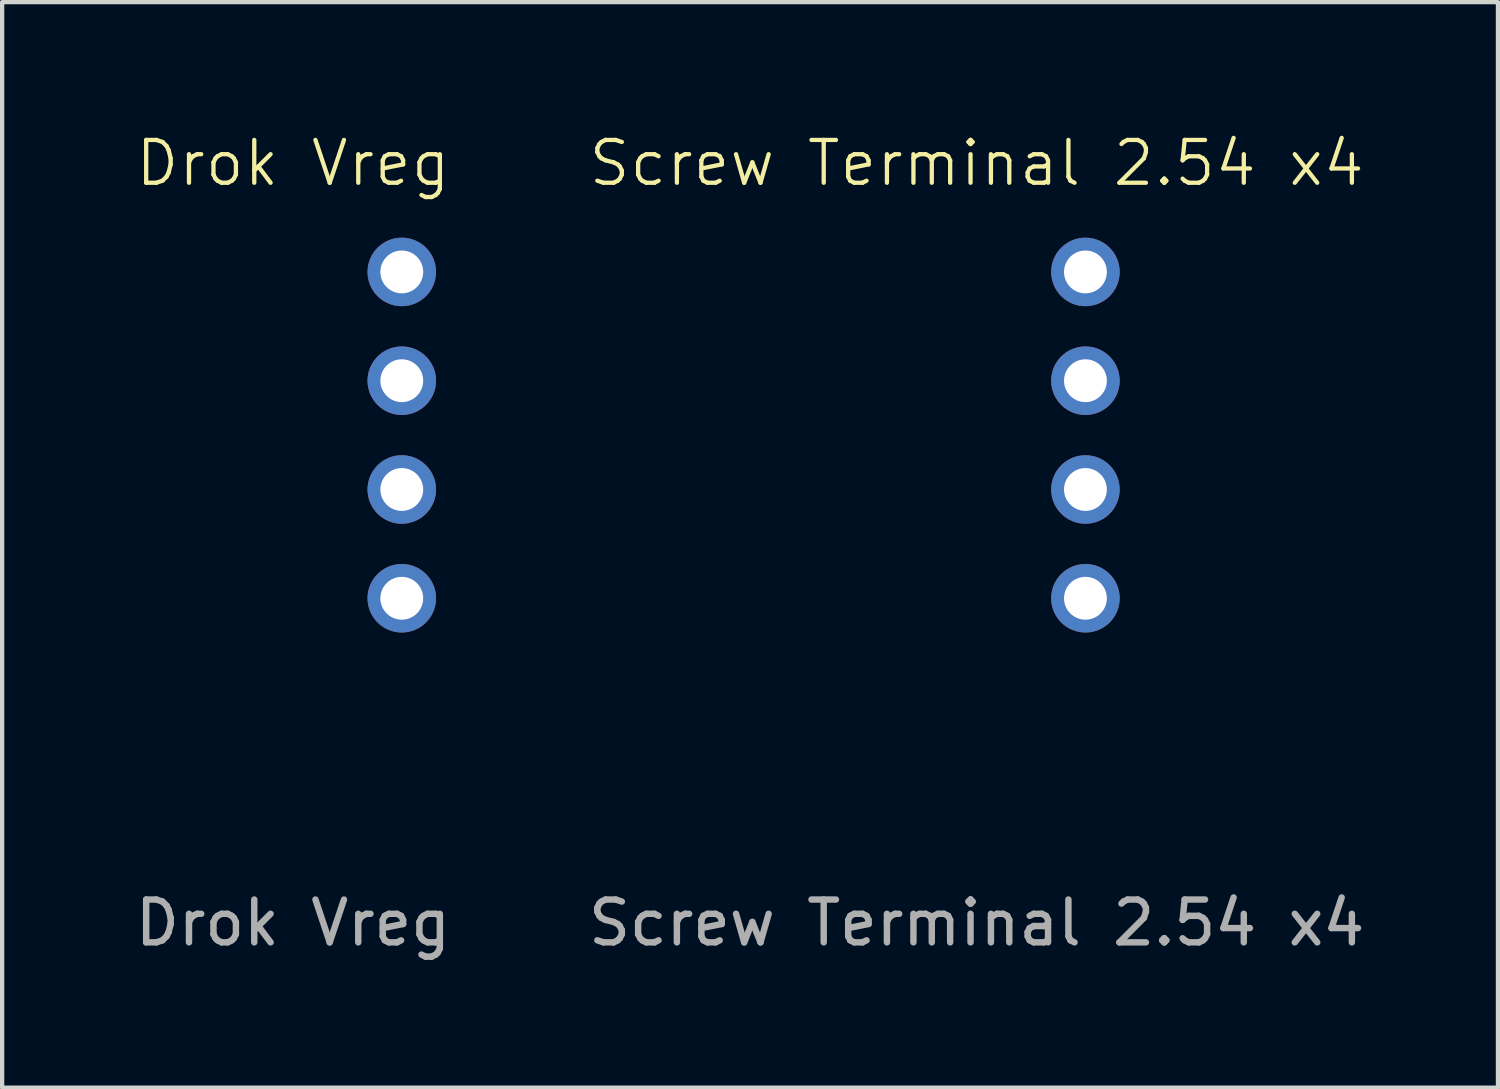
<source format=kicad_pcb>
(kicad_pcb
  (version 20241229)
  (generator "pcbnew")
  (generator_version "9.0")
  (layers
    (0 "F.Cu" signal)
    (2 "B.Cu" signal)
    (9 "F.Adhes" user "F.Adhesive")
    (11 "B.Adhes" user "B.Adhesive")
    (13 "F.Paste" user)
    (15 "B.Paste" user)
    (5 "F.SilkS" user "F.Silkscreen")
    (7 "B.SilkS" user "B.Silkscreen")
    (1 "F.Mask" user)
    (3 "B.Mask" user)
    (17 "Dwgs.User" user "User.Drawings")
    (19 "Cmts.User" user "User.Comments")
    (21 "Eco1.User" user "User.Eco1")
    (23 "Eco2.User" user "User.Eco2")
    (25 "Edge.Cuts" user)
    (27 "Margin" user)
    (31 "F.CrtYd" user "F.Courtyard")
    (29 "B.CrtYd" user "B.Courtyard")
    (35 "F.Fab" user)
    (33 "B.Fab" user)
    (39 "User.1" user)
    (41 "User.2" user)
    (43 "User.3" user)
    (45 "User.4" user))
  (footprint "Drok Vreg"
    (layer "F.Cu")
    (at 3.792 16)
    (property "Reference" "Drok Vreg" (at 0 -15.24 0) (unlocked yes) (layer "F.SilkS") (effects (font (size 1 1) (thickness 0.1))))
    (attr through_hole)
    (fp_text user "${REFERENCE}" (at 0 2.5 0) (unlocked yes) (layer "F.Fab") (effects (font (size 1 1) (thickness 0.15))))
    (pad "1" thru_hole circle (at 2.54 -12.7 270) (size 1.6 1.6) (drill 1) (layers "*.Cu" "*.Mask"))
    (pad "2" thru_hole circle (at 2.54 -10.16 270) (size 1.6 1.6) (drill 1) (layers "*.Cu" "*.Mask"))
    (pad "3" thru_hole circle (at 2.54 -7.62 270) (size 1.6 1.6) (drill 1) (layers "*.Cu" "*.Mask"))
    (pad "4" thru_hole circle (at 2.54 -5.08 270) (size 1.6 1.6) (drill 1) (layers "*.Cu" "*.Mask")))
  (footprint "Screw Terminal 2.54 x4"
    (layer "F.Cu")
    (at 19.756 16)
    (property "Reference" "Screw Terminal 2.54 x4" (at 0 -15.24 0) (unlocked yes) (layer "F.SilkS") (effects (font (size 1 1) (thickness 0.1))))
    (attr through_hole)
    (fp_text user "${REFERENCE}" (at 0 2.5 0) (unlocked yes) (layer "F.Fab") (effects (font (size 1 1) (thickness 0.15))))
    (pad "1" thru_hole circle (at 2.54 -12.7 270) (size 1.6 1.6) (drill 1) (layers "*.Cu" "*.Mask"))
    (pad "2" thru_hole circle (at 2.54 -10.16 270) (size 1.6 1.6) (drill 1) (layers "*.Cu" "*.Mask"))
    (pad "3" thru_hole circle (at 2.54 -7.62 270) (size 1.6 1.6) (drill 1) (layers "*.Cu" "*.Mask"))
    (pad "4" thru_hole circle (at 2.54 -5.08 270) (size 1.6 1.6) (drill 1) (layers "*.Cu" "*.Mask")))
  (gr_rect
    (start -3 -3)
    (end 31.929 22.349)
    (stroke (width 0.1) (type default))
    (fill no)
    (layer "Edge.Cuts")))
</source>
